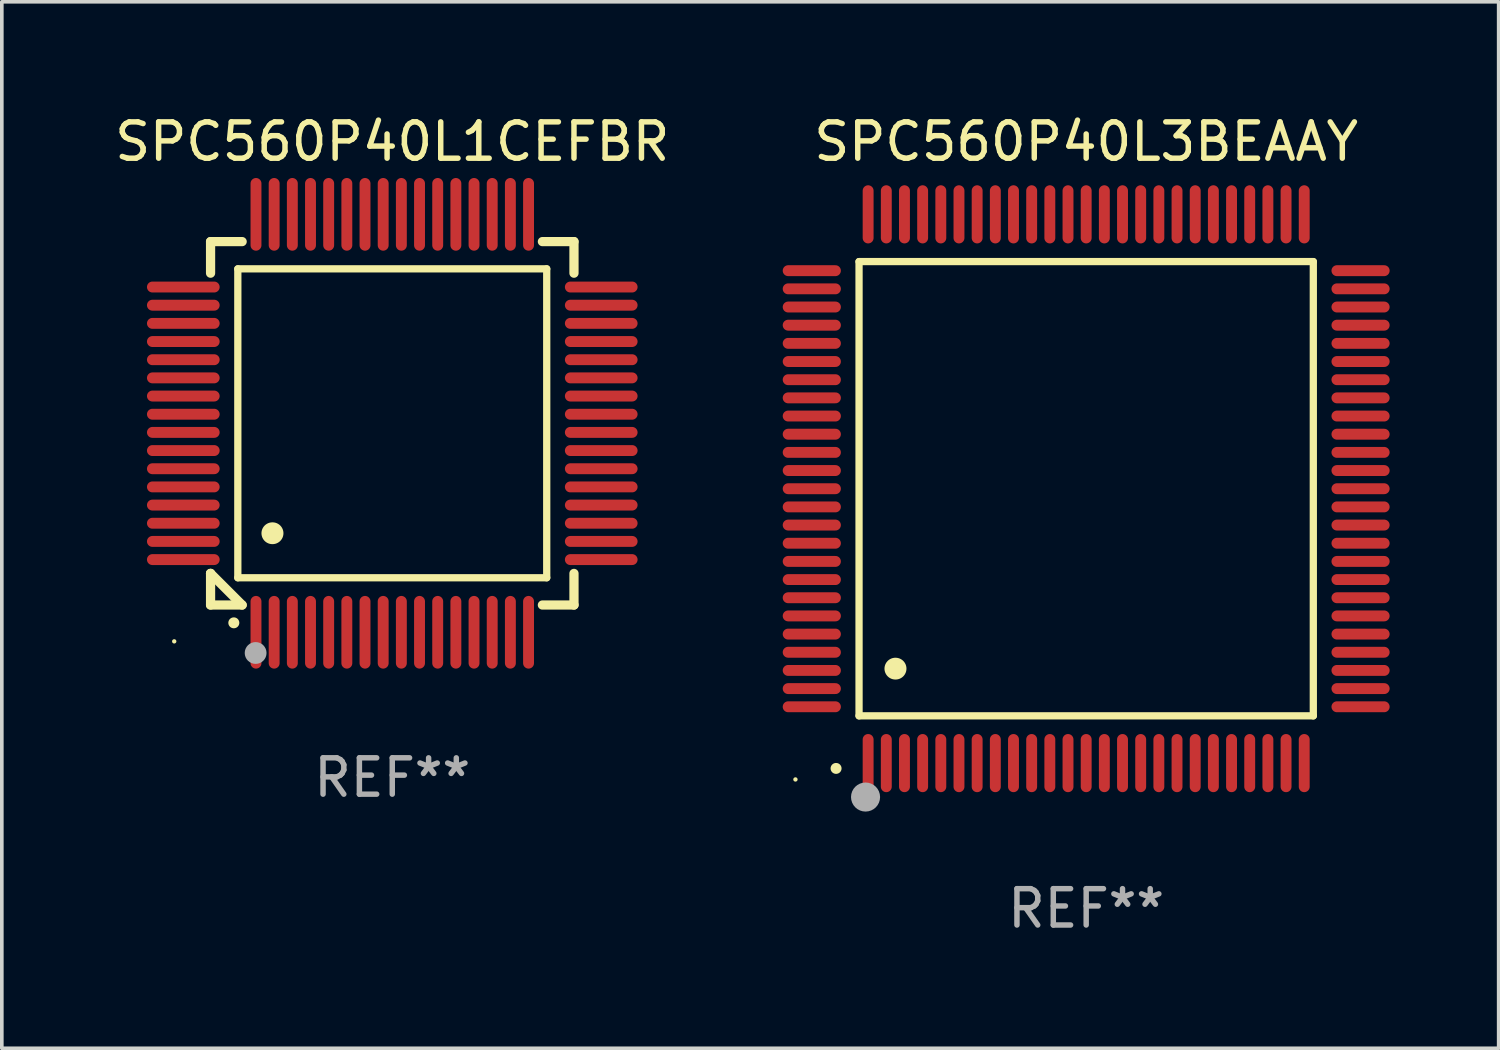
<source format=kicad_pcb>
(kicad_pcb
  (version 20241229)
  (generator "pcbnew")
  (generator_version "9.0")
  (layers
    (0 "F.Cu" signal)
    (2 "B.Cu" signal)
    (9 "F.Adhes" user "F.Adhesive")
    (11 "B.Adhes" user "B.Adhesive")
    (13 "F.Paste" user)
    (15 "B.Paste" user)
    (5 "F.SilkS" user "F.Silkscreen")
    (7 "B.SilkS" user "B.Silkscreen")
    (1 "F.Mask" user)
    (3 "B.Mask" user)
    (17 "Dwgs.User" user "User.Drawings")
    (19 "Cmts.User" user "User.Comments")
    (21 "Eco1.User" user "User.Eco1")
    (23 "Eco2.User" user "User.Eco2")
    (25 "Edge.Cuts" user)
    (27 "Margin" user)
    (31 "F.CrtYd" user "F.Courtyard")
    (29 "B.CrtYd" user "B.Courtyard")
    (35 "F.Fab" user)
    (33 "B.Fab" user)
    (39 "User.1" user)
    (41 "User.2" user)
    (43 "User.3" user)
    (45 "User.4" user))
  (footprint "SPC560P40L3BEAAY"
    (layer "F.Cu")
    (at 26.838 10.398)
    (property "Reference" "SPC560P40L3BEAAY" (at 0 -9.55 0) (layer "F.SilkS") (effects (font (size 1 1) (thickness 0.15))))
    (attr through_hole)
    (fp_line (start -6.25 -6.25) (end -6.25 6.25) (stroke (width 0.2) (type solid)) (layer "F.SilkS"))
    (fp_line (start -6.25 6.25) (end 6.25 6.25) (stroke (width 0.2) (type solid)) (layer "F.SilkS"))
    (fp_line (start 6.25 -6.25) (end -6.25 -6.25) (stroke (width 0.2) (type solid)) (layer "F.SilkS"))
    (fp_line (start 6.25 6.25) (end 6.25 -6.25) (stroke (width 0.2) (type solid)) (layer "F.SilkS"))
    (fp_arc (start -6.883414 7.696215) (mid -6.882144 7.69621) (end -6.880874 7.696215) (stroke (width 0.3) (type solid)) (layer "F.SilkS"))
    (fp_arc (start -5.250191 4.95047) (mid -5.247651 4.950459) (end -5.245111 4.95047) (stroke (width 0.6) (type solid)) (layer "F.SilkS"))
    (fp_circle (center -8 8) (end -7.97 8) (stroke (width 0.06) (type solid)) (fill no) (layer "F.SilkS"))
    (fp_circle (center -6.071 8.484) (end -5.871 8.484) (stroke (width 0.4) (type solid)) (fill no) (layer "F.Fab"))
    (fp_text user "REF**" (at 0 11.55 0) (layer "F.Fab") (effects (font (size 1 1) (thickness 0.15))))
    (pad "1" smd oval (at -6 7.55) (size 0.3 1.6) (layers "F.Cu" "F.Mask" "F.Paste"))
    (pad "2" smd oval (at -5.5 7.55) (size 0.3 1.6) (layers "F.Cu" "F.Mask" "F.Paste"))
    (pad "3" smd oval (at -5 7.55) (size 0.3 1.6) (layers "F.Cu" "F.Mask" "F.Paste"))
    (pad "4" smd oval (at -4.5 7.55) (size 0.3 1.6) (layers "F.Cu" "F.Mask" "F.Paste"))
    (pad "5" smd oval (at -4 7.55) (size 0.3 1.6) (layers "F.Cu" "F.Mask" "F.Paste"))
    (pad "6" smd oval (at -3.5 7.55) (size 0.3 1.6) (layers "F.Cu" "F.Mask" "F.Paste"))
    (pad "7" smd oval (at -3 7.55) (size 0.3 1.6) (layers "F.Cu" "F.Mask" "F.Paste"))
    (pad "8" smd oval (at -2.5 7.55) (size 0.3 1.6) (layers "F.Cu" "F.Mask" "F.Paste"))
    (pad "9" smd oval (at -2 7.55) (size 0.3 1.6) (layers "F.Cu" "F.Mask" "F.Paste"))
    (pad "10" smd oval (at -1.5 7.55) (size 0.3 1.6) (layers "F.Cu" "F.Mask" "F.Paste"))
    (pad "11" smd oval (at -1 7.55) (size 0.3 1.6) (layers "F.Cu" "F.Mask" "F.Paste"))
    (pad "12" smd oval (at -0.5 7.55) (size 0.3 1.6) (layers "F.Cu" "F.Mask" "F.Paste"))
    (pad "13" smd oval (at 0 7.55) (size 0.3 1.6) (layers "F.Cu" "F.Mask" "F.Paste"))
    (pad "14" smd oval (at 0.5 7.55) (size 0.3 1.6) (layers "F.Cu" "F.Mask" "F.Paste"))
    (pad "15" smd oval (at 1 7.55) (size 0.3 1.6) (layers "F.Cu" "F.Mask" "F.Paste"))
    (pad "16" smd oval (at 1.5 7.55) (size 0.3 1.6) (layers "F.Cu" "F.Mask" "F.Paste"))
    (pad "17" smd oval (at 2 7.55) (size 0.3 1.6) (layers "F.Cu" "F.Mask" "F.Paste"))
    (pad "18" smd oval (at 2.5 7.55) (size 0.3 1.6) (layers "F.Cu" "F.Mask" "F.Paste"))
    (pad "19" smd oval (at 3 7.55) (size 0.3 1.6) (layers "F.Cu" "F.Mask" "F.Paste"))
    (pad "20" smd oval (at 3.5 7.55) (size 0.3 1.6) (layers "F.Cu" "F.Mask" "F.Paste"))
    (pad "21" smd oval (at 4 7.55) (size 0.3 1.6) (layers "F.Cu" "F.Mask" "F.Paste"))
    (pad "22" smd oval (at 4.5 7.55) (size 0.3 1.6) (layers "F.Cu" "F.Mask" "F.Paste"))
    (pad "23" smd oval (at 5 7.55) (size 0.3 1.6) (layers "F.Cu" "F.Mask" "F.Paste"))
    (pad "24" smd oval (at 5.5 7.55) (size 0.3 1.6) (layers "F.Cu" "F.Mask" "F.Paste"))
    (pad "25" smd oval (at 6 7.55) (size 0.3 1.6) (layers "F.Cu" "F.Mask" "F.Paste"))
    (pad "26" smd oval (at 7.55 6) (size 1.6 0.3) (layers "F.Cu" "F.Mask" "F.Paste"))
    (pad "27" smd oval (at 7.55 5.5) (size 1.6 0.3) (layers "F.Cu" "F.Mask" "F.Paste"))
    (pad "28" smd oval (at 7.55 5) (size 1.6 0.3) (layers "F.Cu" "F.Mask" "F.Paste"))
    (pad "29" smd oval (at 7.55 4.5) (size 1.6 0.3) (layers "F.Cu" "F.Mask" "F.Paste"))
    (pad "30" smd oval (at 7.55 4) (size 1.6 0.3) (layers "F.Cu" "F.Mask" "F.Paste"))
    (pad "31" smd oval (at 7.55 3.5) (size 1.6 0.3) (layers "F.Cu" "F.Mask" "F.Paste"))
    (pad "32" smd oval (at 7.55 3) (size 1.6 0.3) (layers "F.Cu" "F.Mask" "F.Paste"))
    (pad "33" smd oval (at 7.55 2.5) (size 1.6 0.3) (layers "F.Cu" "F.Mask" "F.Paste"))
    (pad "34" smd oval (at 7.55 2) (size 1.6 0.3) (layers "F.Cu" "F.Mask" "F.Paste"))
    (pad "35" smd oval (at 7.55 1.5) (size 1.6 0.3) (layers "F.Cu" "F.Mask" "F.Paste"))
    (pad "36" smd oval (at 7.55 1) (size 1.6 0.3) (layers "F.Cu" "F.Mask" "F.Paste"))
    (pad "37" smd oval (at 7.55 0.5) (size 1.6 0.3) (layers "F.Cu" "F.Mask" "F.Paste"))
    (pad "38" smd oval (at 7.55 0) (size 1.6 0.3) (layers "F.Cu" "F.Mask" "F.Paste"))
    (pad "39" smd oval (at 7.55 -0.5) (size 1.6 0.3) (layers "F.Cu" "F.Mask" "F.Paste"))
    (pad "40" smd oval (at 7.55 -1) (size 1.6 0.3) (layers "F.Cu" "F.Mask" "F.Paste"))
    (pad "41" smd oval (at 7.55 -1.5) (size 1.6 0.3) (layers "F.Cu" "F.Mask" "F.Paste"))
    (pad "42" smd oval (at 7.55 -2) (size 1.6 0.3) (layers "F.Cu" "F.Mask" "F.Paste"))
    (pad "43" smd oval (at 7.55 -2.5) (size 1.6 0.3) (layers "F.Cu" "F.Mask" "F.Paste"))
    (pad "44" smd oval (at 7.55 -3) (size 1.6 0.3) (layers "F.Cu" "F.Mask" "F.Paste"))
    (pad "45" smd oval (at 7.55 -3.5) (size 1.6 0.3) (layers "F.Cu" "F.Mask" "F.Paste"))
    (pad "46" smd oval (at 7.55 -4) (size 1.6 0.3) (layers "F.Cu" "F.Mask" "F.Paste"))
    (pad "47" smd oval (at 7.55 -4.5) (size 1.6 0.3) (layers "F.Cu" "F.Mask" "F.Paste"))
    (pad "48" smd oval (at 7.55 -5) (size 1.6 0.3) (layers "F.Cu" "F.Mask" "F.Paste"))
    (pad "49" smd oval (at 7.55 -5.5) (size 1.6 0.3) (layers "F.Cu" "F.Mask" "F.Paste"))
    (pad "50" smd oval (at 7.55 -6) (size 1.6 0.3) (layers "F.Cu" "F.Mask" "F.Paste"))
    (pad "51" smd oval (at 6 -7.55) (size 0.3 1.6) (layers "F.Cu" "F.Mask" "F.Paste"))
    (pad "52" smd oval (at 5.5 -7.55) (size 0.3 1.6) (layers "F.Cu" "F.Mask" "F.Paste"))
    (pad "53" smd oval (at 5 -7.55) (size 0.3 1.6) (layers "F.Cu" "F.Mask" "F.Paste"))
    (pad "54" smd oval (at 4.5 -7.55) (size 0.3 1.6) (layers "F.Cu" "F.Mask" "F.Paste"))
    (pad "55" smd oval (at 4 -7.55) (size 0.3 1.6) (layers "F.Cu" "F.Mask" "F.Paste"))
    (pad "56" smd oval (at 3.5 -7.55) (size 0.3 1.6) (layers "F.Cu" "F.Mask" "F.Paste"))
    (pad "57" smd oval (at 3 -7.55) (size 0.3 1.6) (layers "F.Cu" "F.Mask" "F.Paste"))
    (pad "58" smd oval (at 2.5 -7.55) (size 0.3 1.6) (layers "F.Cu" "F.Mask" "F.Paste"))
    (pad "59" smd oval (at 2 -7.55) (size 0.3 1.6) (layers "F.Cu" "F.Mask" "F.Paste"))
    (pad "60" smd oval (at 1.5 -7.55) (size 0.3 1.6) (layers "F.Cu" "F.Mask" "F.Paste"))
    (pad "61" smd oval (at 1 -7.55) (size 0.3 1.6) (layers "F.Cu" "F.Mask" "F.Paste"))
    (pad "62" smd oval (at 0.5 -7.55) (size 0.3 1.6) (layers "F.Cu" "F.Mask" "F.Paste"))
    (pad "63" smd oval (at 0 -7.55) (size 0.3 1.6) (layers "F.Cu" "F.Mask" "F.Paste"))
    (pad "64" smd oval (at -0.5 -7.55) (size 0.3 1.6) (layers "F.Cu" "F.Mask" "F.Paste"))
    (pad "65" smd oval (at -1 -7.55) (size 0.3 1.6) (layers "F.Cu" "F.Mask" "F.Paste"))
    (pad "66" smd oval (at -1.5 -7.55) (size 0.3 1.6) (layers "F.Cu" "F.Mask" "F.Paste"))
    (pad "67" smd oval (at -2 -7.55) (size 0.3 1.6) (layers "F.Cu" "F.Mask" "F.Paste"))
    (pad "68" smd oval (at -2.5 -7.55) (size 0.3 1.6) (layers "F.Cu" "F.Mask" "F.Paste"))
    (pad "69" smd oval (at -3 -7.55) (size 0.3 1.6) (layers "F.Cu" "F.Mask" "F.Paste"))
    (pad "70" smd oval (at -3.5 -7.55) (size 0.3 1.6) (layers "F.Cu" "F.Mask" "F.Paste"))
    (pad "71" smd oval (at -4 -7.55) (size 0.3 1.6) (layers "F.Cu" "F.Mask" "F.Paste"))
    (pad "72" smd oval (at -4.5 -7.55) (size 0.3 1.6) (layers "F.Cu" "F.Mask" "F.Paste"))
    (pad "73" smd oval (at -5 -7.55) (size 0.3 1.6) (layers "F.Cu" "F.Mask" "F.Paste"))
    (pad "74" smd oval (at -5.5 -7.55) (size 0.3 1.6) (layers "F.Cu" "F.Mask" "F.Paste"))
    (pad "75" smd oval (at -6 -7.55) (size 0.3 1.6) (layers "F.Cu" "F.Mask" "F.Paste"))
    (pad "76" smd oval (at -7.55 -6) (size 1.6 0.3) (layers "F.Cu" "F.Mask" "F.Paste"))
    (pad "77" smd oval (at -7.55 -5.5) (size 1.6 0.3) (layers "F.Cu" "F.Mask" "F.Paste"))
    (pad "78" smd oval (at -7.55 -5) (size 1.6 0.3) (layers "F.Cu" "F.Mask" "F.Paste"))
    (pad "79" smd oval (at -7.55 -4.5) (size 1.6 0.3) (layers "F.Cu" "F.Mask" "F.Paste"))
    (pad "80" smd oval (at -7.55 -4) (size 1.6 0.3) (layers "F.Cu" "F.Mask" "F.Paste"))
    (pad "81" smd oval (at -7.55 -3.5) (size 1.6 0.3) (layers "F.Cu" "F.Mask" "F.Paste"))
    (pad "82" smd oval (at -7.55 -3) (size 1.6 0.3) (layers "F.Cu" "F.Mask" "F.Paste"))
    (pad "83" smd oval (at -7.55 -2.5) (size 1.6 0.3) (layers "F.Cu" "F.Mask" "F.Paste"))
    (pad "84" smd oval (at -7.55 -2) (size 1.6 0.3) (layers "F.Cu" "F.Mask" "F.Paste"))
    (pad "85" smd oval (at -7.55 -1.5) (size 1.6 0.3) (layers "F.Cu" "F.Mask" "F.Paste"))
    (pad "86" smd oval (at -7.55 -1) (size 1.6 0.3) (layers "F.Cu" "F.Mask" "F.Paste"))
    (pad "87" smd oval (at -7.55 -0.5) (size 1.6 0.3) (layers "F.Cu" "F.Mask" "F.Paste"))
    (pad "88" smd oval (at -7.55 0) (size 1.6 0.3) (layers "F.Cu" "F.Mask" "F.Paste"))
    (pad "89" smd oval (at -7.55 0.5) (size 1.6 0.3) (layers "F.Cu" "F.Mask" "F.Paste"))
    (pad "90" smd oval (at -7.55 1) (size 1.6 0.3) (layers "F.Cu" "F.Mask" "F.Paste"))
    (pad "91" smd oval (at -7.55 1.5) (size 1.6 0.3) (layers "F.Cu" "F.Mask" "F.Paste"))
    (pad "92" smd oval (at -7.55 2) (size 1.6 0.3) (layers "F.Cu" "F.Mask" "F.Paste"))
    (pad "93" smd oval (at -7.55 2.5) (size 1.6 0.3) (layers "F.Cu" "F.Mask" "F.Paste"))
    (pad "94" smd oval (at -7.55 3) (size 1.6 0.3) (layers "F.Cu" "F.Mask" "F.Paste"))
    (pad "95" smd oval (at -7.55 3.5) (size 1.6 0.3) (layers "F.Cu" "F.Mask" "F.Paste"))
    (pad "96" smd oval (at -7.55 4) (size 1.6 0.3) (layers "F.Cu" "F.Mask" "F.Paste"))
    (pad "97" smd oval (at -7.55 4.5) (size 1.6 0.3) (layers "F.Cu" "F.Mask" "F.Paste"))
    (pad "98" smd oval (at -7.55 5) (size 1.6 0.3) (layers "F.Cu" "F.Mask" "F.Paste"))
    (pad "99" smd oval (at -7.55 5.5) (size 1.6 0.3) (layers "F.Cu" "F.Mask" "F.Paste"))
    (pad "100" smd oval (at -7.55 6) (size 1.6 0.3) (layers "F.Cu" "F.Mask" "F.Paste")))
  (footprint "SPC560P40L1CEFBR"
    (layer "F.Cu")
    (at 7.744 8.598)
    (property "Reference" "SPC560P40L1CEFBR" (at 0 -7.75 0) (layer "F.SilkS") (effects (font (size 1 1) (thickness 0.15))))
    (attr through_hole)
    (fp_line (start -5 -5) (end -4.131 -5) (stroke (width 0.254) (type solid)) (layer "F.SilkS"))
    (fp_line (start -5 -4.131) (end -5 -5) (stroke (width 0.254) (type solid)) (layer "F.SilkS"))
    (fp_line (start -5 4.131) (end -5 4.131) (stroke (width 0.254) (type solid)) (layer "F.SilkS"))
    (fp_line (start -5 5) (end -5 4.131) (stroke (width 0.254) (type solid)) (layer "F.SilkS"))
    (fp_line (start -5 4.131) (end -4.131 5) (stroke (width 0.254) (type solid)) (layer "F.SilkS"))
    (fp_line (start -4.25 -4.25) (end -4.25 4.25) (stroke (width 0.2) (type solid)) (layer "F.SilkS"))
    (fp_line (start -4.25 4.25) (end 4.25 4.25) (stroke (width 0.2) (type solid)) (layer "F.SilkS"))
    (fp_line (start -4.131 5) (end -5 5) (stroke (width 0.254) (type solid)) (layer "F.SilkS"))
    (fp_line (start 4.25 -4.25) (end -4.25 -4.25) (stroke (width 0.2) (type solid)) (layer "F.SilkS"))
    (fp_line (start 4.25 4.25) (end 4.25 -4.25) (stroke (width 0.2) (type solid)) (layer "F.SilkS"))
    (fp_line (start 5 -5) (end 4.131 -5) (stroke (width 0.254) (type solid)) (layer "F.SilkS"))
    (fp_line (start 5 -5) (end 5 -4.131) (stroke (width 0.254) (type solid)) (layer "F.SilkS"))
    (fp_line (start 5 4.131) (end 5 5) (stroke (width 0.254) (type solid)) (layer "F.SilkS"))
    (fp_line (start 5 5) (end 4.131 5) (stroke (width 0.254) (type solid)) (layer "F.SilkS"))
    (fp_arc (start -4.361265 5.489992) (mid -4.359995 5.489987) (end -4.358725 5.489992) (stroke (width 0.3) (type solid)) (layer "F.SilkS"))
    (fp_arc (start -3.299467 3.025146) (mid -3.296927 3.025135) (end -3.294387 3.025146) (stroke (width 0.6) (type solid)) (layer "F.SilkS"))
    (fp_circle (center -6 6) (end -5.97 6) (stroke (width 0.06) (type solid)) (fill no) (layer "F.SilkS"))
    (fp_circle (center -3.76 6.32) (end -3.61 6.32) (stroke (width 0.3) (type solid)) (fill no) (layer "F.Fab"))
    (fp_text user "REF**" (at 0 9.75 0) (layer "F.Fab") (effects (font (size 1 1) (thickness 0.15))))
    (pad "1" smd oval (at -3.75 5.75) (size 0.3 2) (layers "F.Cu" "F.Mask" "F.Paste"))
    (pad "2" smd oval (at -3.25 5.75) (size 0.3 2) (layers "F.Cu" "F.Mask" "F.Paste"))
    (pad "3" smd oval (at -2.75 5.75) (size 0.3 2) (layers "F.Cu" "F.Mask" "F.Paste"))
    (pad "4" smd oval (at -2.25 5.75) (size 0.3 2) (layers "F.Cu" "F.Mask" "F.Paste"))
    (pad "5" smd oval (at -1.75 5.75) (size 0.3 2) (layers "F.Cu" "F.Mask" "F.Paste"))
    (pad "6" smd oval (at -1.25 5.75) (size 0.3 2) (layers "F.Cu" "F.Mask" "F.Paste"))
    (pad "7" smd oval (at -0.75 5.75) (size 0.3 2) (layers "F.Cu" "F.Mask" "F.Paste"))
    (pad "8" smd oval (at -0.25 5.75) (size 0.3 2) (layers "F.Cu" "F.Mask" "F.Paste"))
    (pad "9" smd oval (at 0.25 5.75) (size 0.3 2) (layers "F.Cu" "F.Mask" "F.Paste"))
    (pad "10" smd oval (at 0.75 5.75) (size 0.3 2) (layers "F.Cu" "F.Mask" "F.Paste"))
    (pad "11" smd oval (at 1.25 5.75) (size 0.3 2) (layers "F.Cu" "F.Mask" "F.Paste"))
    (pad "12" smd oval (at 1.75 5.75) (size 0.3 2) (layers "F.Cu" "F.Mask" "F.Paste"))
    (pad "13" smd oval (at 2.25 5.75) (size 0.3 2) (layers "F.Cu" "F.Mask" "F.Paste"))
    (pad "14" smd oval (at 2.75 5.75) (size 0.3 2) (layers "F.Cu" "F.Mask" "F.Paste"))
    (pad "15" smd oval (at 3.25 5.75) (size 0.3 2) (layers "F.Cu" "F.Mask" "F.Paste"))
    (pad "16" smd oval (at 3.75 5.75) (size 0.3 2) (layers "F.Cu" "F.Mask" "F.Paste"))
    (pad "17" smd oval (at 5.75 3.75) (size 2 0.3) (layers "F.Cu" "F.Mask" "F.Paste"))
    (pad "18" smd oval (at 5.75 3.25) (size 2 0.3) (layers "F.Cu" "F.Mask" "F.Paste"))
    (pad "19" smd oval (at 5.75 2.75) (size 2 0.3) (layers "F.Cu" "F.Mask" "F.Paste"))
    (pad "20" smd oval (at 5.75 2.25) (size 2 0.3) (layers "F.Cu" "F.Mask" "F.Paste"))
    (pad "21" smd oval (at 5.75 1.75) (size 2 0.3) (layers "F.Cu" "F.Mask" "F.Paste"))
    (pad "22" smd oval (at 5.75 1.25) (size 2 0.3) (layers "F.Cu" "F.Mask" "F.Paste"))
    (pad "23" smd oval (at 5.75 0.75) (size 2 0.3) (layers "F.Cu" "F.Mask" "F.Paste"))
    (pad "24" smd oval (at 5.75 0.25) (size 2 0.3) (layers "F.Cu" "F.Mask" "F.Paste"))
    (pad "25" smd oval (at 5.75 -0.25) (size 2 0.3) (layers "F.Cu" "F.Mask" "F.Paste"))
    (pad "26" smd oval (at 5.75 -0.75) (size 2 0.3) (layers "F.Cu" "F.Mask" "F.Paste"))
    (pad "27" smd oval (at 5.75 -1.25) (size 2 0.3) (layers "F.Cu" "F.Mask" "F.Paste"))
    (pad "28" smd oval (at 5.75 -1.75) (size 2 0.3) (layers "F.Cu" "F.Mask" "F.Paste"))
    (pad "29" smd oval (at 5.75 -2.25) (size 2 0.3) (layers "F.Cu" "F.Mask" "F.Paste"))
    (pad "30" smd oval (at 5.75 -2.75) (size 2 0.3) (layers "F.Cu" "F.Mask" "F.Paste"))
    (pad "31" smd oval (at 5.75 -3.25) (size 2 0.3) (layers "F.Cu" "F.Mask" "F.Paste"))
    (pad "32" smd oval (at 5.75 -3.75) (size 2 0.3) (layers "F.Cu" "F.Mask" "F.Paste"))
    (pad "33" smd oval (at 3.75 -5.75) (size 0.3 2) (layers "F.Cu" "F.Mask" "F.Paste"))
    (pad "34" smd oval (at 3.25 -5.75) (size 0.3 2) (layers "F.Cu" "F.Mask" "F.Paste"))
    (pad "35" smd oval (at 2.75 -5.75) (size 0.3 2) (layers "F.Cu" "F.Mask" "F.Paste"))
    (pad "36" smd oval (at 2.25 -5.75) (size 0.3 2) (layers "F.Cu" "F.Mask" "F.Paste"))
    (pad "37" smd oval (at 1.75 -5.75) (size 0.3 2) (layers "F.Cu" "F.Mask" "F.Paste"))
    (pad "38" smd oval (at 1.25 -5.75) (size 0.3 2) (layers "F.Cu" "F.Mask" "F.Paste"))
    (pad "39" smd oval (at 0.75 -5.75) (size 0.3 2) (layers "F.Cu" "F.Mask" "F.Paste"))
    (pad "40" smd oval (at 0.25 -5.75) (size 0.3 2) (layers "F.Cu" "F.Mask" "F.Paste"))
    (pad "41" smd oval (at -0.25 -5.75) (size 0.3 2) (layers "F.Cu" "F.Mask" "F.Paste"))
    (pad "42" smd oval (at -0.75 -5.75) (size 0.3 2) (layers "F.Cu" "F.Mask" "F.Paste"))
    (pad "43" smd oval (at -1.25 -5.75) (size 0.3 2) (layers "F.Cu" "F.Mask" "F.Paste"))
    (pad "44" smd oval (at -1.75 -5.75) (size 0.3 2) (layers "F.Cu" "F.Mask" "F.Paste"))
    (pad "45" smd oval (at -2.25 -5.75) (size 0.3 2) (layers "F.Cu" "F.Mask" "F.Paste"))
    (pad "46" smd oval (at -2.75 -5.75) (size 0.3 2) (layers "F.Cu" "F.Mask" "F.Paste"))
    (pad "47" smd oval (at -3.25 -5.75) (size 0.3 2) (layers "F.Cu" "F.Mask" "F.Paste"))
    (pad "48" smd oval (at -3.75 -5.75) (size 0.3 2) (layers "F.Cu" "F.Mask" "F.Paste"))
    (pad "49" smd oval (at -5.75 -3.75) (size 2 0.3) (layers "F.Cu" "F.Mask" "F.Paste"))
    (pad "50" smd oval (at -5.75 -3.25) (size 2 0.3) (layers "F.Cu" "F.Mask" "F.Paste"))
    (pad "51" smd oval (at -5.75 -2.75) (size 2 0.3) (layers "F.Cu" "F.Mask" "F.Paste"))
    (pad "52" smd oval (at -5.75 -2.25) (size 2 0.3) (layers "F.Cu" "F.Mask" "F.Paste"))
    (pad "53" smd oval (at -5.75 -1.75) (size 2 0.3) (layers "F.Cu" "F.Mask" "F.Paste"))
    (pad "54" smd oval (at -5.75 -1.25) (size 2 0.3) (layers "F.Cu" "F.Mask" "F.Paste"))
    (pad "55" smd oval (at -5.75 -0.75) (size 2 0.3) (layers "F.Cu" "F.Mask" "F.Paste"))
    (pad "56" smd oval (at -5.75 -0.25) (size 2 0.3) (layers "F.Cu" "F.Mask" "F.Paste"))
    (pad "57" smd oval (at -5.75 0.25) (size 2 0.3) (layers "F.Cu" "F.Mask" "F.Paste"))
    (pad "58" smd oval (at -5.75 0.75) (size 2 0.3) (layers "F.Cu" "F.Mask" "F.Paste"))
    (pad "59" smd oval (at -5.75 1.25) (size 2 0.3) (layers "F.Cu" "F.Mask" "F.Paste"))
    (pad "60" smd oval (at -5.75 1.75) (size 2 0.3) (layers "F.Cu" "F.Mask" "F.Paste"))
    (pad "61" smd oval (at -5.75 2.25) (size 2 0.3) (layers "F.Cu" "F.Mask" "F.Paste"))
    (pad "62" smd oval (at -5.75 2.75) (size 2 0.3) (layers "F.Cu" "F.Mask" "F.Paste"))
    (pad "63" smd oval (at -5.75 3.25) (size 2 0.3) (layers "F.Cu" "F.Mask" "F.Paste"))
    (pad "64" smd oval (at -5.75 3.75) (size 2 0.3) (layers "F.Cu" "F.Mask" "F.Paste")))
  (gr_rect
    (start -3 -3)
    (end 38.188 25.796)
    (stroke (width 0.1) (type default))
    (fill no)
    (layer "Edge.Cuts")))
</source>
